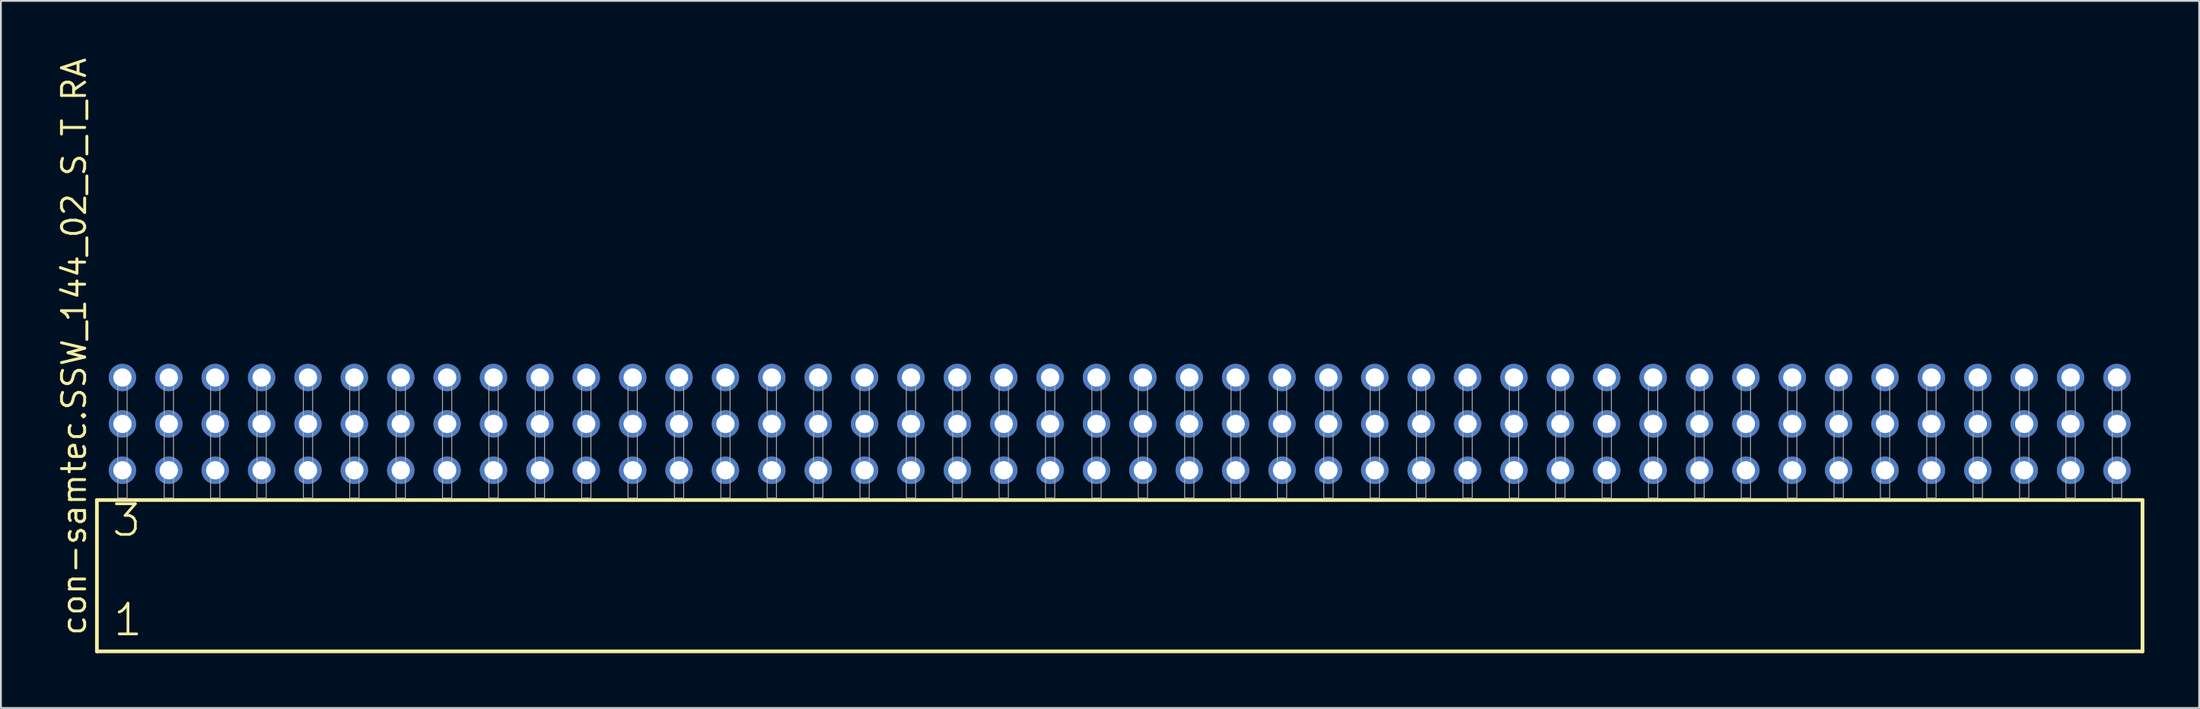
<source format=kicad_pcb>
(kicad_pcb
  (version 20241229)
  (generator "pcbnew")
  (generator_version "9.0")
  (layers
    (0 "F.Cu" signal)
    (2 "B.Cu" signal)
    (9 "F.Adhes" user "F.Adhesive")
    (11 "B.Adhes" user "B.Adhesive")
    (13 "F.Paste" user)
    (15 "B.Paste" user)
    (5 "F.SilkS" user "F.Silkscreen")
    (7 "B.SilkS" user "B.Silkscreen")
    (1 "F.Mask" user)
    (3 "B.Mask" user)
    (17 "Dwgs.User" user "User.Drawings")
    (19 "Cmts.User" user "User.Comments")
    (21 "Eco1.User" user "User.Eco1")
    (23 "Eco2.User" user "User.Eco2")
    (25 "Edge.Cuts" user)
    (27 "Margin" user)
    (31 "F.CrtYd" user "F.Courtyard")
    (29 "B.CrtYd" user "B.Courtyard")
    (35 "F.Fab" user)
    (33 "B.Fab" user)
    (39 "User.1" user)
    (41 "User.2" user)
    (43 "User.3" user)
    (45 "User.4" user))
  (footprint "con-samtec.SSW_144_02_S_T_RA"
    (layer "F.Cu")
    (at 58.265 24.235)
    (property "Reference" "con-samtec.SSW_144_02_S_T_RA" (at -56.515 7.62 90) (layer "F.SilkS") (effects (font (size 1.27 1.27) (thickness 0.16)) (justify left bottom)))
    (attr through_hole)
    (fp_line (start -56.009 0.106) (end -56.009 8.396) (stroke (width 0.203) (type default)) (layer "F.SilkS"))
    (fp_line (start -56.009 8.396) (end 56.009 8.396) (stroke (width 0.203) (type default)) (layer "F.SilkS"))
    (fp_line (start 56.009 0.106) (end -56.009 0.106) (stroke (width 0.203) (type default)) (layer "F.SilkS"))
    (fp_line (start 56.009 8.396) (end 56.009 0.106) (stroke (width 0.203) (type default)) (layer "F.SilkS"))
    (fp_rect (start -54.864 0) (end -54.356 -6.858) (stroke (width 0.05) (type default)) (fill no) (layer "F.Fab"))
    (fp_rect (start -52.324 0) (end -51.816 -6.858) (stroke (width 0.05) (type default)) (fill no) (layer "F.Fab"))
    (fp_rect (start -49.784 0) (end -49.276 -6.858) (stroke (width 0.05) (type default)) (fill no) (layer "F.Fab"))
    (fp_rect (start -47.244 0) (end -46.736 -6.858) (stroke (width 0.05) (type default)) (fill no) (layer "F.Fab"))
    (fp_rect (start -44.704 0) (end -44.196 -6.858) (stroke (width 0.05) (type default)) (fill no) (layer "F.Fab"))
    (fp_rect (start -42.164 0) (end -41.656 -6.858) (stroke (width 0.05) (type default)) (fill no) (layer "F.Fab"))
    (fp_rect (start -39.624 0) (end -39.116 -6.858) (stroke (width 0.05) (type default)) (fill no) (layer "F.Fab"))
    (fp_rect (start -37.084 0) (end -36.576 -6.858) (stroke (width 0.05) (type default)) (fill no) (layer "F.Fab"))
    (fp_rect (start -34.544 0) (end -34.036 -6.858) (stroke (width 0.05) (type default)) (fill no) (layer "F.Fab"))
    (fp_rect (start -32.004 0) (end -31.496 -6.858) (stroke (width 0.05) (type default)) (fill no) (layer "F.Fab"))
    (fp_rect (start -29.464 0) (end -28.956 -6.858) (stroke (width 0.05) (type default)) (fill no) (layer "F.Fab"))
    (fp_rect (start -26.924 0) (end -26.416 -6.858) (stroke (width 0.05) (type default)) (fill no) (layer "F.Fab"))
    (fp_rect (start -24.384 0) (end -23.876 -6.858) (stroke (width 0.05) (type default)) (fill no) (layer "F.Fab"))
    (fp_rect (start -21.844 0) (end -21.336 -6.858) (stroke (width 0.05) (type default)) (fill no) (layer "F.Fab"))
    (fp_rect (start -19.304 0) (end -18.796 -6.858) (stroke (width 0.05) (type default)) (fill no) (layer "F.Fab"))
    (fp_rect (start -16.764 0) (end -16.256 -6.858) (stroke (width 0.05) (type default)) (fill no) (layer "F.Fab"))
    (fp_rect (start -14.224 0) (end -13.716 -6.858) (stroke (width 0.05) (type default)) (fill no) (layer "F.Fab"))
    (fp_rect (start -11.684 0) (end -11.176 -6.858) (stroke (width 0.05) (type default)) (fill no) (layer "F.Fab"))
    (fp_rect (start -9.144 0) (end -8.636 -6.858) (stroke (width 0.05) (type default)) (fill no) (layer "F.Fab"))
    (fp_rect (start -6.604 0) (end -6.096 -6.858) (stroke (width 0.05) (type default)) (fill no) (layer "F.Fab"))
    (fp_rect (start -4.064 0) (end -3.556 -6.858) (stroke (width 0.05) (type default)) (fill no) (layer "F.Fab"))
    (fp_rect (start -1.524 0) (end -1.016 -6.858) (stroke (width 0.05) (type default)) (fill no) (layer "F.Fab"))
    (fp_rect (start 1.016 0) (end 1.524 -6.858) (stroke (width 0.05) (type default)) (fill no) (layer "F.Fab"))
    (fp_rect (start 3.556 0) (end 4.064 -6.858) (stroke (width 0.05) (type default)) (fill no) (layer "F.Fab"))
    (fp_rect (start 6.096 0) (end 6.604 -6.858) (stroke (width 0.05) (type default)) (fill no) (layer "F.Fab"))
    (fp_rect (start 8.636 0) (end 9.144 -6.858) (stroke (width 0.05) (type default)) (fill no) (layer "F.Fab"))
    (fp_rect (start 11.176 0) (end 11.684 -6.858) (stroke (width 0.05) (type default)) (fill no) (layer "F.Fab"))
    (fp_rect (start 13.716 0) (end 14.224 -6.858) (stroke (width 0.05) (type default)) (fill no) (layer "F.Fab"))
    (fp_rect (start 16.256 0) (end 16.764 -6.858) (stroke (width 0.05) (type default)) (fill no) (layer "F.Fab"))
    (fp_rect (start 18.796 0) (end 19.304 -6.858) (stroke (width 0.05) (type default)) (fill no) (layer "F.Fab"))
    (fp_rect (start 21.336 0) (end 21.844 -6.858) (stroke (width 0.05) (type default)) (fill no) (layer "F.Fab"))
    (fp_rect (start 23.876 0) (end 24.384 -6.858) (stroke (width 0.05) (type default)) (fill no) (layer "F.Fab"))
    (fp_rect (start 26.416 0) (end 26.924 -6.858) (stroke (width 0.05) (type default)) (fill no) (layer "F.Fab"))
    (fp_rect (start 28.956 0) (end 29.464 -6.858) (stroke (width 0.05) (type default)) (fill no) (layer "F.Fab"))
    (fp_rect (start 31.496 0) (end 32.004 -6.858) (stroke (width 0.05) (type default)) (fill no) (layer "F.Fab"))
    (fp_rect (start 34.036 0) (end 34.544 -6.858) (stroke (width 0.05) (type default)) (fill no) (layer "F.Fab"))
    (fp_rect (start 36.576 0) (end 37.084 -6.858) (stroke (width 0.05) (type default)) (fill no) (layer "F.Fab"))
    (fp_rect (start 39.116 0) (end 39.624 -6.858) (stroke (width 0.05) (type default)) (fill no) (layer "F.Fab"))
    (fp_rect (start 41.656 0) (end 42.164 -6.858) (stroke (width 0.05) (type default)) (fill no) (layer "F.Fab"))
    (fp_rect (start 44.196 0) (end 44.704 -6.858) (stroke (width 0.05) (type default)) (fill no) (layer "F.Fab"))
    (fp_rect (start 46.736 0) (end 47.244 -6.858) (stroke (width 0.05) (type default)) (fill no) (layer "F.Fab"))
    (fp_rect (start 49.276 0) (end 49.784 -6.858) (stroke (width 0.05) (type default)) (fill no) (layer "F.Fab"))
    (fp_rect (start 51.816 0) (end 52.324 -6.858) (stroke (width 0.05) (type default)) (fill no) (layer "F.Fab"))
    (fp_rect (start 54.356 0) (end 54.864 -6.858) (stroke (width 0.05) (type default)) (fill no) (layer "F.Fab"))
    (fp_text user "3" (at -55.28 2.2 0) (layer "F.SilkS") (effects (font (size 1.676 1.676) (thickness 0.15)) (justify left bottom)))
    (fp_text user "1" (at -55.205 7.65 0) (layer "F.SilkS") (effects (font (size 1.676 1.676) (thickness 0.15)) (justify left bottom)))
    (pad "1" thru_hole circle (at -54.61 -1.524) (size 1.5 1.5) (drill 1) (layers "*.Cu" "*.Mask"))
    (pad "2" thru_hole circle (at -54.61 -4.064) (size 1.5 1.5) (drill 1) (layers "*.Cu" "*.Mask"))
    (pad "3" thru_hole circle (at -54.61 -6.604) (size 1.5 1.5) (drill 1) (layers "*.Cu" "*.Mask"))
    (pad "4" thru_hole circle (at -52.07 -1.524) (size 1.5 1.5) (drill 1) (layers "*.Cu" "*.Mask"))
    (pad "5" thru_hole circle (at -52.07 -4.064) (size 1.5 1.5) (drill 1) (layers "*.Cu" "*.Mask"))
    (pad "6" thru_hole circle (at -52.07 -6.604) (size 1.5 1.5) (drill 1) (layers "*.Cu" "*.Mask"))
    (pad "7" thru_hole circle (at -49.53 -1.524) (size 1.5 1.5) (drill 1) (layers "*.Cu" "*.Mask"))
    (pad "8" thru_hole circle (at -49.53 -4.064) (size 1.5 1.5) (drill 1) (layers "*.Cu" "*.Mask"))
    (pad "9" thru_hole circle (at -49.53 -6.604) (size 1.5 1.5) (drill 1) (layers "*.Cu" "*.Mask"))
    (pad "10" thru_hole circle (at -46.99 -1.524) (size 1.5 1.5) (drill 1) (layers "*.Cu" "*.Mask"))
    (pad "11" thru_hole circle (at -46.99 -4.064) (size 1.5 1.5) (drill 1) (layers "*.Cu" "*.Mask"))
    (pad "12" thru_hole circle (at -46.99 -6.604) (size 1.5 1.5) (drill 1) (layers "*.Cu" "*.Mask"))
    (pad "13" thru_hole circle (at -44.45 -1.524) (size 1.5 1.5) (drill 1) (layers "*.Cu" "*.Mask"))
    (pad "14" thru_hole circle (at -44.45 -4.064) (size 1.5 1.5) (drill 1) (layers "*.Cu" "*.Mask"))
    (pad "15" thru_hole circle (at -44.45 -6.604) (size 1.5 1.5) (drill 1) (layers "*.Cu" "*.Mask"))
    (pad "16" thru_hole circle (at -41.91 -1.524) (size 1.5 1.5) (drill 1) (layers "*.Cu" "*.Mask"))
    (pad "17" thru_hole circle (at -41.91 -4.064) (size 1.5 1.5) (drill 1) (layers "*.Cu" "*.Mask"))
    (pad "18" thru_hole circle (at -41.91 -6.604) (size 1.5 1.5) (drill 1) (layers "*.Cu" "*.Mask"))
    (pad "19" thru_hole circle (at -39.37 -1.524) (size 1.5 1.5) (drill 1) (layers "*.Cu" "*.Mask"))
    (pad "20" thru_hole circle (at -39.37 -4.064) (size 1.5 1.5) (drill 1) (layers "*.Cu" "*.Mask"))
    (pad "21" thru_hole circle (at -39.37 -6.604) (size 1.5 1.5) (drill 1) (layers "*.Cu" "*.Mask"))
    (pad "22" thru_hole circle (at -36.83 -1.524) (size 1.5 1.5) (drill 1) (layers "*.Cu" "*.Mask"))
    (pad "23" thru_hole circle (at -36.83 -4.064) (size 1.5 1.5) (drill 1) (layers "*.Cu" "*.Mask"))
    (pad "24" thru_hole circle (at -36.83 -6.604) (size 1.5 1.5) (drill 1) (layers "*.Cu" "*.Mask"))
    (pad "25" thru_hole circle (at -34.29 -1.524) (size 1.5 1.5) (drill 1) (layers "*.Cu" "*.Mask"))
    (pad "26" thru_hole circle (at -34.29 -4.064) (size 1.5 1.5) (drill 1) (layers "*.Cu" "*.Mask"))
    (pad "27" thru_hole circle (at -34.29 -6.604) (size 1.5 1.5) (drill 1) (layers "*.Cu" "*.Mask"))
    (pad "28" thru_hole circle (at -31.75 -1.524) (size 1.5 1.5) (drill 1) (layers "*.Cu" "*.Mask"))
    (pad "29" thru_hole circle (at -31.75 -4.064) (size 1.5 1.5) (drill 1) (layers "*.Cu" "*.Mask"))
    (pad "30" thru_hole circle (at -31.75 -6.604) (size 1.5 1.5) (drill 1) (layers "*.Cu" "*.Mask"))
    (pad "31" thru_hole circle (at -29.21 -1.524) (size 1.5 1.5) (drill 1) (layers "*.Cu" "*.Mask"))
    (pad "32" thru_hole circle (at -29.21 -4.064) (size 1.5 1.5) (drill 1) (layers "*.Cu" "*.Mask"))
    (pad "33" thru_hole circle (at -29.21 -6.604) (size 1.5 1.5) (drill 1) (layers "*.Cu" "*.Mask"))
    (pad "34" thru_hole circle (at -26.67 -1.524) (size 1.5 1.5) (drill 1) (layers "*.Cu" "*.Mask"))
    (pad "35" thru_hole circle (at -26.67 -4.064) (size 1.5 1.5) (drill 1) (layers "*.Cu" "*.Mask"))
    (pad "36" thru_hole circle (at -26.67 -6.604) (size 1.5 1.5) (drill 1) (layers "*.Cu" "*.Mask"))
    (pad "37" thru_hole circle (at -24.13 -1.524) (size 1.5 1.5) (drill 1) (layers "*.Cu" "*.Mask"))
    (pad "38" thru_hole circle (at -24.13 -4.064) (size 1.5 1.5) (drill 1) (layers "*.Cu" "*.Mask"))
    (pad "39" thru_hole circle (at -24.13 -6.604) (size 1.5 1.5) (drill 1) (layers "*.Cu" "*.Mask"))
    (pad "40" thru_hole circle (at -21.59 -1.524) (size 1.5 1.5) (drill 1) (layers "*.Cu" "*.Mask"))
    (pad "41" thru_hole circle (at -21.59 -4.064) (size 1.5 1.5) (drill 1) (layers "*.Cu" "*.Mask"))
    (pad "42" thru_hole circle (at -21.59 -6.604) (size 1.5 1.5) (drill 1) (layers "*.Cu" "*.Mask"))
    (pad "43" thru_hole circle (at -19.05 -1.524) (size 1.5 1.5) (drill 1) (layers "*.Cu" "*.Mask"))
    (pad "44" thru_hole circle (at -19.05 -4.064) (size 1.5 1.5) (drill 1) (layers "*.Cu" "*.Mask"))
    (pad "45" thru_hole circle (at -19.05 -6.604) (size 1.5 1.5) (drill 1) (layers "*.Cu" "*.Mask"))
    (pad "46" thru_hole circle (at -16.51 -1.524) (size 1.5 1.5) (drill 1) (layers "*.Cu" "*.Mask"))
    (pad "47" thru_hole circle (at -16.51 -4.064) (size 1.5 1.5) (drill 1) (layers "*.Cu" "*.Mask"))
    (pad "48" thru_hole circle (at -16.51 -6.604) (size 1.5 1.5) (drill 1) (layers "*.Cu" "*.Mask"))
    (pad "49" thru_hole circle (at -13.97 -1.524) (size 1.5 1.5) (drill 1) (layers "*.Cu" "*.Mask"))
    (pad "50" thru_hole circle (at -13.97 -4.064) (size 1.5 1.5) (drill 1) (layers "*.Cu" "*.Mask"))
    (pad "51" thru_hole circle (at -13.97 -6.604) (size 1.5 1.5) (drill 1) (layers "*.Cu" "*.Mask"))
    (pad "52" thru_hole circle (at -11.43 -1.524) (size 1.5 1.5) (drill 1) (layers "*.Cu" "*.Mask"))
    (pad "53" thru_hole circle (at -11.43 -4.064) (size 1.5 1.5) (drill 1) (layers "*.Cu" "*.Mask"))
    (pad "54" thru_hole circle (at -11.43 -6.604) (size 1.5 1.5) (drill 1) (layers "*.Cu" "*.Mask"))
    (pad "55" thru_hole circle (at -8.89 -1.524) (size 1.5 1.5) (drill 1) (layers "*.Cu" "*.Mask"))
    (pad "56" thru_hole circle (at -8.89 -4.064) (size 1.5 1.5) (drill 1) (layers "*.Cu" "*.Mask"))
    (pad "57" thru_hole circle (at -8.89 -6.604) (size 1.5 1.5) (drill 1) (layers "*.Cu" "*.Mask"))
    (pad "58" thru_hole circle (at -6.35 -1.524) (size 1.5 1.5) (drill 1) (layers "*.Cu" "*.Mask"))
    (pad "59" thru_hole circle (at -6.35 -4.064) (size 1.5 1.5) (drill 1) (layers "*.Cu" "*.Mask"))
    (pad "60" thru_hole circle (at -6.35 -6.604) (size 1.5 1.5) (drill 1) (layers "*.Cu" "*.Mask"))
    (pad "61" thru_hole circle (at -3.81 -1.524) (size 1.5 1.5) (drill 1) (layers "*.Cu" "*.Mask"))
    (pad "62" thru_hole circle (at -3.81 -4.064) (size 1.5 1.5) (drill 1) (layers "*.Cu" "*.Mask"))
    (pad "63" thru_hole circle (at -3.81 -6.604) (size 1.5 1.5) (drill 1) (layers "*.Cu" "*.Mask"))
    (pad "64" thru_hole circle (at -1.27 -1.524) (size 1.5 1.5) (drill 1) (layers "*.Cu" "*.Mask"))
    (pad "65" thru_hole circle (at -1.27 -4.064) (size 1.5 1.5) (drill 1) (layers "*.Cu" "*.Mask"))
    (pad "66" thru_hole circle (at -1.27 -6.604) (size 1.5 1.5) (drill 1) (layers "*.Cu" "*.Mask"))
    (pad "67" thru_hole circle (at 1.27 -1.524) (size 1.5 1.5) (drill 1) (layers "*.Cu" "*.Mask"))
    (pad "68" thru_hole circle (at 1.27 -4.064) (size 1.5 1.5) (drill 1) (layers "*.Cu" "*.Mask"))
    (pad "69" thru_hole circle (at 1.27 -6.604) (size 1.5 1.5) (drill 1) (layers "*.Cu" "*.Mask"))
    (pad "70" thru_hole circle (at 3.81 -1.524) (size 1.5 1.5) (drill 1) (layers "*.Cu" "*.Mask"))
    (pad "71" thru_hole circle (at 3.81 -4.064) (size 1.5 1.5) (drill 1) (layers "*.Cu" "*.Mask"))
    (pad "72" thru_hole circle (at 3.81 -6.604) (size 1.5 1.5) (drill 1) (layers "*.Cu" "*.Mask"))
    (pad "73" thru_hole circle (at 6.35 -1.524) (size 1.5 1.5) (drill 1) (layers "*.Cu" "*.Mask"))
    (pad "74" thru_hole circle (at 6.35 -4.064) (size 1.5 1.5) (drill 1) (layers "*.Cu" "*.Mask"))
    (pad "75" thru_hole circle (at 6.35 -6.604) (size 1.5 1.5) (drill 1) (layers "*.Cu" "*.Mask"))
    (pad "76" thru_hole circle (at 8.89 -1.524) (size 1.5 1.5) (drill 1) (layers "*.Cu" "*.Mask"))
    (pad "77" thru_hole circle (at 8.89 -4.064) (size 1.5 1.5) (drill 1) (layers "*.Cu" "*.Mask"))
    (pad "78" thru_hole circle (at 8.89 -6.604) (size 1.5 1.5) (drill 1) (layers "*.Cu" "*.Mask"))
    (pad "79" thru_hole circle (at 11.43 -1.524) (size 1.5 1.5) (drill 1) (layers "*.Cu" "*.Mask"))
    (pad "80" thru_hole circle (at 11.43 -4.064) (size 1.5 1.5) (drill 1) (layers "*.Cu" "*.Mask"))
    (pad "81" thru_hole circle (at 11.43 -6.604) (size 1.5 1.5) (drill 1) (layers "*.Cu" "*.Mask"))
    (pad "82" thru_hole circle (at 13.97 -1.524) (size 1.5 1.5) (drill 1) (layers "*.Cu" "*.Mask"))
    (pad "83" thru_hole circle (at 13.97 -4.064) (size 1.5 1.5) (drill 1) (layers "*.Cu" "*.Mask"))
    (pad "84" thru_hole circle (at 13.97 -6.604) (size 1.5 1.5) (drill 1) (layers "*.Cu" "*.Mask"))
    (pad "85" thru_hole circle (at 16.51 -1.524) (size 1.5 1.5) (drill 1) (layers "*.Cu" "*.Mask"))
    (pad "86" thru_hole circle (at 16.51 -4.064) (size 1.5 1.5) (drill 1) (layers "*.Cu" "*.Mask"))
    (pad "87" thru_hole circle (at 16.51 -6.604) (size 1.5 1.5) (drill 1) (layers "*.Cu" "*.Mask"))
    (pad "88" thru_hole circle (at 19.05 -1.524) (size 1.5 1.5) (drill 1) (layers "*.Cu" "*.Mask"))
    (pad "89" thru_hole circle (at 19.05 -4.064) (size 1.5 1.5) (drill 1) (layers "*.Cu" "*.Mask"))
    (pad "90" thru_hole circle (at 19.05 -6.604) (size 1.5 1.5) (drill 1) (layers "*.Cu" "*.Mask"))
    (pad "91" thru_hole circle (at 21.59 -1.524) (size 1.5 1.5) (drill 1) (layers "*.Cu" "*.Mask"))
    (pad "92" thru_hole circle (at 21.59 -4.064) (size 1.5 1.5) (drill 1) (layers "*.Cu" "*.Mask"))
    (pad "93" thru_hole circle (at 21.59 -6.604) (size 1.5 1.5) (drill 1) (layers "*.Cu" "*.Mask"))
    (pad "94" thru_hole circle (at 24.13 -1.524) (size 1.5 1.5) (drill 1) (layers "*.Cu" "*.Mask"))
    (pad "95" thru_hole circle (at 24.13 -4.064) (size 1.5 1.5) (drill 1) (layers "*.Cu" "*.Mask"))
    (pad "96" thru_hole circle (at 24.13 -6.604) (size 1.5 1.5) (drill 1) (layers "*.Cu" "*.Mask"))
    (pad "97" thru_hole circle (at 26.67 -1.524) (size 1.5 1.5) (drill 1) (layers "*.Cu" "*.Mask"))
    (pad "98" thru_hole circle (at 26.67 -4.064) (size 1.5 1.5) (drill 1) (layers "*.Cu" "*.Mask"))
    (pad "99" thru_hole circle (at 26.67 -6.604) (size 1.5 1.5) (drill 1) (layers "*.Cu" "*.Mask"))
    (pad "100" thru_hole circle (at 29.21 -1.524) (size 1.5 1.5) (drill 1) (layers "*.Cu" "*.Mask"))
    (pad "101" thru_hole circle (at 29.21 -4.064) (size 1.5 1.5) (drill 1) (layers "*.Cu" "*.Mask"))
    (pad "102" thru_hole circle (at 29.21 -6.604) (size 1.5 1.5) (drill 1) (layers "*.Cu" "*.Mask"))
    (pad "103" thru_hole circle (at 31.75 -1.524) (size 1.5 1.5) (drill 1) (layers "*.Cu" "*.Mask"))
    (pad "104" thru_hole circle (at 31.75 -4.064) (size 1.5 1.5) (drill 1) (layers "*.Cu" "*.Mask"))
    (pad "105" thru_hole circle (at 31.75 -6.604) (size 1.5 1.5) (drill 1) (layers "*.Cu" "*.Mask"))
    (pad "106" thru_hole circle (at 34.29 -1.524) (size 1.5 1.5) (drill 1) (layers "*.Cu" "*.Mask"))
    (pad "107" thru_hole circle (at 34.29 -4.064) (size 1.5 1.5) (drill 1) (layers "*.Cu" "*.Mask"))
    (pad "108" thru_hole circle (at 34.29 -6.604) (size 1.5 1.5) (drill 1) (layers "*.Cu" "*.Mask"))
    (pad "109" thru_hole circle (at 36.83 -1.524) (size 1.5 1.5) (drill 1) (layers "*.Cu" "*.Mask"))
    (pad "110" thru_hole circle (at 36.83 -4.064) (size 1.5 1.5) (drill 1) (layers "*.Cu" "*.Mask"))
    (pad "111" thru_hole circle (at 36.83 -6.604) (size 1.5 1.5) (drill 1) (layers "*.Cu" "*.Mask"))
    (pad "112" thru_hole circle (at 39.37 -1.524) (size 1.5 1.5) (drill 1) (layers "*.Cu" "*.Mask"))
    (pad "113" thru_hole circle (at 39.37 -4.064) (size 1.5 1.5) (drill 1) (layers "*.Cu" "*.Mask"))
    (pad "114" thru_hole circle (at 39.37 -6.604) (size 1.5 1.5) (drill 1) (layers "*.Cu" "*.Mask"))
    (pad "115" thru_hole circle (at 41.91 -1.524) (size 1.5 1.5) (drill 1) (layers "*.Cu" "*.Mask"))
    (pad "116" thru_hole circle (at 41.91 -4.064) (size 1.5 1.5) (drill 1) (layers "*.Cu" "*.Mask"))
    (pad "117" thru_hole circle (at 41.91 -6.604) (size 1.5 1.5) (drill 1) (layers "*.Cu" "*.Mask"))
    (pad "118" thru_hole circle (at 44.45 -1.524) (size 1.5 1.5) (drill 1) (layers "*.Cu" "*.Mask"))
    (pad "119" thru_hole circle (at 44.45 -4.064) (size 1.5 1.5) (drill 1) (layers "*.Cu" "*.Mask"))
    (pad "120" thru_hole circle (at 44.45 -6.604) (size 1.5 1.5) (drill 1) (layers "*.Cu" "*.Mask"))
    (pad "121" thru_hole circle (at 46.99 -1.524) (size 1.5 1.5) (drill 1) (layers "*.Cu" "*.Mask"))
    (pad "122" thru_hole circle (at 46.99 -4.064) (size 1.5 1.5) (drill 1) (layers "*.Cu" "*.Mask"))
    (pad "123" thru_hole circle (at 46.99 -6.604) (size 1.5 1.5) (drill 1) (layers "*.Cu" "*.Mask"))
    (pad "124" thru_hole circle (at 49.53 -1.524) (size 1.5 1.5) (drill 1) (layers "*.Cu" "*.Mask"))
    (pad "125" thru_hole circle (at 49.53 -4.064) (size 1.5 1.5) (drill 1) (layers "*.Cu" "*.Mask"))
    (pad "126" thru_hole circle (at 49.53 -6.604) (size 1.5 1.5) (drill 1) (layers "*.Cu" "*.Mask"))
    (pad "127" thru_hole circle (at 52.07 -1.524) (size 1.5 1.5) (drill 1) (layers "*.Cu" "*.Mask"))
    (pad "128" thru_hole circle (at 52.07 -4.064) (size 1.5 1.5) (drill 1) (layers "*.Cu" "*.Mask"))
    (pad "129" thru_hole circle (at 52.07 -6.604) (size 1.5 1.5) (drill 1) (layers "*.Cu" "*.Mask"))
    (pad "130" thru_hole circle (at 54.61 -1.524) (size 1.5 1.5) (drill 1) (layers "*.Cu" "*.Mask"))
    (pad "131" thru_hole circle (at 54.61 -4.064) (size 1.5 1.5) (drill 1) (layers "*.Cu" "*.Mask"))
    (pad "132" thru_hole circle (at 54.61 -6.604) (size 1.5 1.5) (drill 1) (layers "*.Cu" "*.Mask")))
  (gr_rect
    (start -3 -3)
    (end 117.376 35.733)
    (stroke (width 0.1) (type default))
    (fill no)
    (layer "Edge.Cuts")))
</source>
